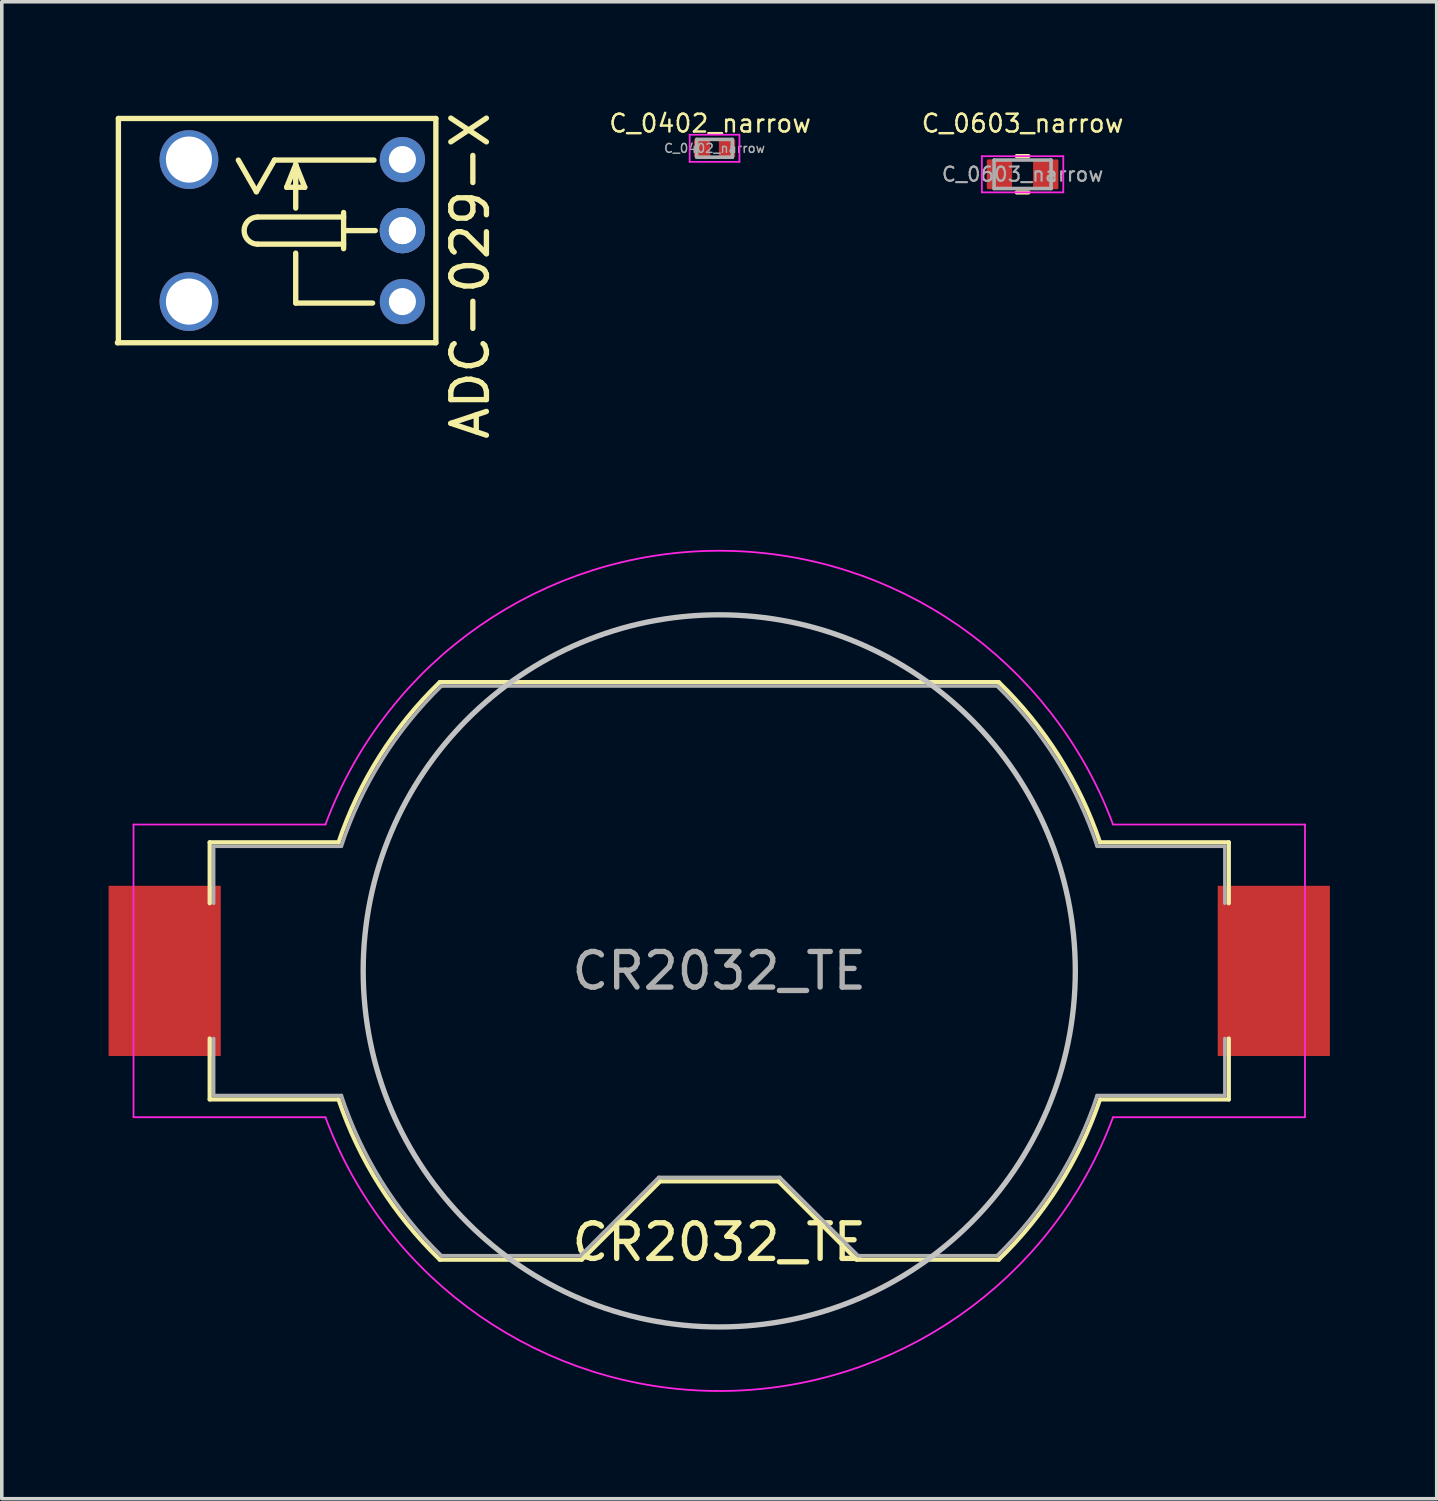
<source format=kicad_pcb>
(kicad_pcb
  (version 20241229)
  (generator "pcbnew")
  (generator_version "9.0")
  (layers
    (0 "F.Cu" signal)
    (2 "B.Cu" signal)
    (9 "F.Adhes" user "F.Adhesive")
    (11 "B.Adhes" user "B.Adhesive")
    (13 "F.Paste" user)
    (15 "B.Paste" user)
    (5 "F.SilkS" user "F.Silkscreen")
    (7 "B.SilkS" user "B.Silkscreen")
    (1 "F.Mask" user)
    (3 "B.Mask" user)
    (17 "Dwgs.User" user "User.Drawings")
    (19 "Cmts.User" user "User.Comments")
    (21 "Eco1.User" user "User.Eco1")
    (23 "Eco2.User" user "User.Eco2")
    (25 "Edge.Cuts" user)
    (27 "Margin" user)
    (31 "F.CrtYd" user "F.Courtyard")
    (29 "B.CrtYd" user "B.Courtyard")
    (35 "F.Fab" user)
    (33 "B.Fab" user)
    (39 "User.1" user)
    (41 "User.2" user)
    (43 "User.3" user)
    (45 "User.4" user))
  (footprint "ADC-029-X"
    (layer "F.Cu")
    (at 0.25 6.576)
    (property "Reference" "ADC-029-X" (at 9.906 -1.88 90) (layer "F.SilkS") (effects (font (size 1 1) (thickness 0.15))))
    (attr through_hole)
    (fp_line (start 0 0) (end 8.941 0) (stroke (width 0.15) (type solid)) (layer "F.SilkS"))
    (fp_line (start 0.025 -6.299) (end 0.025 -0.025) (stroke (width 0.15) (type solid)) (layer "F.SilkS"))
    (fp_line (start 0.025 -0.025) (end 0 0) (stroke (width 0.15) (type solid)) (layer "F.SilkS"))
    (fp_line (start 3.901 -4.241) (end 3.393 -5.13) (stroke (width 0.15) (type solid)) (layer "F.SilkS"))
    (fp_line (start 3.937 -3.531) (end 6.35 -3.531) (stroke (width 0.15) (type solid)) (layer "F.SilkS"))
    (fp_line (start 4.409 -5.13) (end 3.901 -4.241) (stroke (width 0.15) (type solid)) (layer "F.SilkS"))
    (fp_line (start 5.005 -5.001) (end 4.751 -4.366) (stroke (width 0.15) (type solid)) (layer "F.SilkS"))
    (fp_line (start 5.005 -5.001) (end 5.259 -4.366) (stroke (width 0.15) (type solid)) (layer "F.SilkS"))
    (fp_line (start 5.005 -3.782) (end 5.005 -5.001) (stroke (width 0.15) (type solid)) (layer "F.SilkS"))
    (fp_line (start 5.005 -1.115) (end 5.005 -2.517) (stroke (width 0.15) (type solid)) (layer "F.SilkS"))
    (fp_line (start 5.259 -4.366) (end 4.751 -4.366) (stroke (width 0.15) (type solid)) (layer "F.SilkS"))
    (fp_line (start 6.35 -3.658) (end 6.35 -2.642) (stroke (width 0.15) (type solid)) (layer "F.SilkS"))
    (fp_line (start 6.35 -2.769) (end 3.937 -2.769) (stroke (width 0.15) (type solid)) (layer "F.SilkS"))
    (fp_line (start 7.164 -1.115) (end 5.005 -1.115) (stroke (width 0.15) (type solid)) (layer "F.SilkS"))
    (fp_line (start 7.203 -5.13) (end 4.409 -5.13) (stroke (width 0.15) (type solid)) (layer "F.SilkS"))
    (fp_line (start 7.239 -3.15) (end 6.35 -3.15) (stroke (width 0.15) (type solid)) (layer "F.SilkS"))
    (fp_line (start 8.941 -6.299) (end 0.025 -6.299) (stroke (width 0.15) (type solid)) (layer "F.SilkS"))
    (fp_line (start 8.941 0) (end 8.941 -6.299) (stroke (width 0.15) (type solid)) (layer "F.SilkS"))
    (fp_arc (start 3.937 -2.7686) (mid 3.556 -3.1496) (end 3.937 -3.5306) (stroke (width 0.15) (type solid)) (layer "F.SilkS"))
    (pad "1" thru_hole circle (at 8.001 -3.15) (size 1.27 1.27) (drill 0.762) (layers "*.Cu" "*.Mask"))
    (pad "1" thru_hole circle (at 8.001 -3.15) (size 1.27 1.27) (drill 0.762) (layers "*.Cu" "*.Mask"))
    (pad "2" thru_hole circle (at 8.001 -5.144) (size 1.27 1.27) (drill 0.762) (layers "*.Cu" "*.Mask"))
    (pad "3" thru_hole circle (at 8.001 -1.156) (size 1.27 1.27) (drill 0.762) (layers "*.Cu" "*.Mask"))
    (pad "~" thru_hole circle (at 2.007 -5.144) (size 1.651 1.651) (drill 1.295) (layers "*.Cu" "*.Mask"))
    (pad "~" thru_hole circle (at 2.007 -1.156) (size 1.651 1.651) (drill 1.295) (layers "*.Cu" "*.Mask")))
  (footprint "CR2032_TE"
    (layer "F.Cu")
    (at 17.15 24.217)
    (property "Reference" "CR2032_TE" (at 0 7.62 0) (layer "F.SilkS") (effects (font (size 1 1) (thickness 0.15))))
    (attr smd)
    (fp_line (start -14.31 -3.61) (end -10.692 -3.61) (stroke (width 0.12) (type solid)) (layer "F.SilkS"))
    (fp_line (start -14.31 -1.9) (end -14.31 -3.61) (stroke (width 0.12) (type solid)) (layer "F.SilkS"))
    (fp_line (start -14.31 1.9) (end -14.31 3.61) (stroke (width 0.12) (type solid)) (layer "F.SilkS"))
    (fp_line (start -10.692 3.61) (end -14.31 3.61) (stroke (width 0.12) (type solid)) (layer "F.SilkS"))
    (fp_line (start -7.847 -8.11) (end 7.847 -8.11) (stroke (width 0.12) (type solid)) (layer "F.SilkS"))
    (fp_line (start -3.86 8.11) (end -7.847 8.11) (stroke (width 0.12) (type solid)) (layer "F.SilkS"))
    (fp_line (start -1.66 5.91) (end -3.86 8.11) (stroke (width 0.12) (type solid)) (layer "F.SilkS"))
    (fp_line (start 1.66 5.91) (end -1.66 5.91) (stroke (width 0.12) (type solid)) (layer "F.SilkS"))
    (fp_line (start 1.66 5.91) (end 3.86 8.11) (stroke (width 0.12) (type solid)) (layer "F.SilkS"))
    (fp_line (start 7.847 8.11) (end 3.86 8.11) (stroke (width 0.12) (type solid)) (layer "F.SilkS"))
    (fp_line (start 10.692 -3.61) (end 14.31 -3.61) (stroke (width 0.12) (type solid)) (layer "F.SilkS"))
    (fp_line (start 14.31 -1.9) (end 14.31 -3.61) (stroke (width 0.12) (type solid)) (layer "F.SilkS"))
    (fp_line (start 14.31 1.9) (end 14.31 3.61) (stroke (width 0.12) (type solid)) (layer "F.SilkS"))
    (fp_line (start 14.31 3.61) (end 10.692 3.61) (stroke (width 0.12) (type solid)) (layer "F.SilkS"))
    (fp_arc (start -10.692 -3.61) (mid -9.538084 -6.031244) (end -7.845371 -8.111789) (stroke (width 0.12) (type solid)) (layer "F.SilkS"))
    (fp_arc (start -7.845371 8.111789) (mid -9.538085 6.031244) (end -10.692 3.61) (stroke (width 0.12) (type solid)) (layer "F.SilkS"))
    (fp_arc (start 7.845371 -8.111789) (mid 9.538085 -6.031244) (end 10.692 -3.61) (stroke (width 0.12) (type solid)) (layer "F.SilkS"))
    (fp_arc (start 10.692 3.61) (mid 9.538084 6.031244) (end 7.845371 8.111789) (stroke (width 0.12) (type solid)) (layer "F.SilkS"))
    (fp_circle (center 0 0) (end 10 0) (stroke (width 0.15) (type solid)) (fill no) (layer "Dwgs.User"))
    (fp_line (start -16.45 -4.11) (end -16.45 4.11) (stroke (width 0.05) (type solid)) (layer "F.CrtYd"))
    (fp_line (start -16.45 -4.11) (end -11.06 -4.11) (stroke (width 0.05) (type solid)) (layer "F.CrtYd"))
    (fp_line (start -16.45 4.11) (end -11.06 4.11) (stroke (width 0.05) (type solid)) (layer "F.CrtYd"))
    (fp_line (start 11.06 4.11) (end 16.45 4.11) (stroke (width 0.05) (type solid)) (layer "F.CrtYd"))
    (fp_line (start 16.45 -4.11) (end 11.06 -4.11) (stroke (width 0.05) (type solid)) (layer "F.CrtYd"))
    (fp_line (start 16.45 4.11) (end 16.45 -4.11) (stroke (width 0.05) (type solid)) (layer "F.CrtYd"))
    (fp_arc (start -11.06 -4.11) (mid -0.002978 -11.79897) (end 11.057924 -4.115582) (stroke (width 0.05) (type solid)) (layer "F.CrtYd"))
    (fp_arc (start 11.06 4.11) (mid 0.002978 11.79897) (end -11.057924 4.115582) (stroke (width 0.05) (type solid)) (layer "F.CrtYd"))
    (fp_line (start -14.2 -3.5) (end -14.2 -1.9) (stroke (width 0.1) (type solid)) (layer "F.Fab"))
    (fp_line (start -14.2 -3.5) (end -10.613 -3.5) (stroke (width 0.1) (type solid)) (layer "F.Fab"))
    (fp_line (start -14.2 1.9) (end -14.2 3.5) (stroke (width 0.1) (type solid)) (layer "F.Fab"))
    (fp_line (start -14.2 3.5) (end -10.613 3.5) (stroke (width 0.1) (type solid)) (layer "F.Fab"))
    (fp_line (start -7.803 -8) (end 7.803 -8) (stroke (width 0.1) (type solid)) (layer "F.Fab"))
    (fp_line (start -3.9 8) (end -7.803 8) (stroke (width 0.1) (type solid)) (layer "F.Fab"))
    (fp_line (start -1.7 5.8) (end -3.9 8) (stroke (width 0.1) (type solid)) (layer "F.Fab"))
    (fp_line (start -1.7 5.8) (end 1.7 5.8) (stroke (width 0.1) (type solid)) (layer "F.Fab"))
    (fp_line (start 1.7 5.8) (end 3.9 8) (stroke (width 0.1) (type solid)) (layer "F.Fab"))
    (fp_line (start 3.9 8) (end 7.803 8) (stroke (width 0.1) (type solid)) (layer "F.Fab"))
    (fp_line (start 10.613 -3.5) (end 14.2 -3.5) (stroke (width 0.1) (type solid)) (layer "F.Fab"))
    (fp_line (start 14.2 -3.5) (end 14.2 -1.9) (stroke (width 0.1) (type solid)) (layer "F.Fab"))
    (fp_line (start 14.2 1.9) (end 14.2 3.5) (stroke (width 0.1) (type solid)) (layer "F.Fab"))
    (fp_line (start 14.2 3.5) (end 10.613 3.5) (stroke (width 0.1) (type solid)) (layer "F.Fab"))
    (fp_arc (start -10.61275 -3.5) (mid -9.478596 -5.919179) (end -7.802602 -7.999992) (stroke (width 0.1) (type solid)) (layer "F.Fab"))
    (fp_arc (start -7.802602 7.999992) (mid -9.478596 5.91918) (end -10.61275 3.5) (stroke (width 0.1) (type solid)) (layer "F.Fab"))
    (fp_arc (start 7.802602 -7.999992) (mid 9.478596 -5.91918) (end 10.61275 -3.5) (stroke (width 0.1) (type solid)) (layer "F.Fab"))
    (fp_arc (start 10.61275 3.5) (mid 9.478596 5.919179) (end 7.802602 7.999992) (stroke (width 0.1) (type solid)) (layer "F.Fab"))
    (fp_text user "${REFERENCE}" (at 0 0 0) (layer "F.Fab") (effects (font (size 1 1) (thickness 0.15))))
    (pad "1" smd rect (at -15.575 0) (size 3.15 4.78) (layers "F.Cu" "F.Mask" "F.Paste"))
    (pad "2" smd rect (at 15.575 0) (size 3.15 4.78) (layers "F.Cu" "F.Mask" "F.Paste")))
  (footprint "C_0603_narrow"
    (layer "F.Cu")
    (at 25.669 1.845)
    (property "Reference" "C_0603_narrow" (at 0 -1.43 0) (layer "F.SilkS") (effects (font (size 0.5 0.5) (thickness 0.07))))
    (attr smd)
    (fp_line (start -0.163 -0.51) (end 0.163 -0.51) (stroke (width 0.12) (type solid)) (layer "F.SilkS"))
    (fp_line (start -0.163 0.51) (end 0.163 0.51) (stroke (width 0.12) (type solid)) (layer "F.SilkS"))
    (fp_line (start -1.143 -0.508) (end 1.143 -0.508) (stroke (width 0.05) (type solid)) (layer "F.CrtYd"))
    (fp_line (start -1.143 0.508) (end -1.143 -0.508) (stroke (width 0.05) (type solid)) (layer "F.CrtYd"))
    (fp_line (start 1.143 -0.508) (end 1.143 0.508) (stroke (width 0.05) (type solid)) (layer "F.CrtYd"))
    (fp_line (start 1.143 0.508) (end -1.143 0.508) (stroke (width 0.05) (type solid)) (layer "F.CrtYd"))
    (fp_line (start -0.8 -0.4) (end 0.8 -0.4) (stroke (width 0.1) (type solid)) (layer "F.Fab"))
    (fp_line (start -0.8 0.4) (end -0.8 -0.4) (stroke (width 0.1) (type solid)) (layer "F.Fab"))
    (fp_line (start 0.8 -0.4) (end 0.8 0.4) (stroke (width 0.1) (type solid)) (layer "F.Fab"))
    (fp_line (start 0.8 0.4) (end -0.8 0.4) (stroke (width 0.1) (type solid)) (layer "F.Fab"))
    (fp_text user "${REFERENCE}" (at 0 0 0) (layer "F.Fab") (effects (font (size 0.4 0.4) (thickness 0.06))))
    (pad "1" smd roundrect (at -0.65 0) (size 0.711 0.838) (layers "F.Cu" "F.Mask" "F.Paste") (roundrect_rratio 0.05))
    (pad "2" smd roundrect (at 0.65 0) (size 0.711 0.838) (layers "F.Cu" "F.Mask" "F.Paste") (roundrect_rratio 0.05)))
  (footprint "C_0402_narrow"
    (layer "F.Cu")
    (at 17.018 1.115)
    (property "Reference" "C_0402_narrow" (at -0.125 -0.7 0) (layer "F.SilkS") (effects (font (size 0.5 0.5) (thickness 0.07))))
    (attr smd)
    (fp_line (start -0.699 -0.381) (end 0.699 -0.381) (stroke (width 0.05) (type solid)) (layer "F.CrtYd"))
    (fp_line (start -0.699 0.381) (end -0.699 -0.381) (stroke (width 0.05) (type solid)) (layer "F.CrtYd"))
    (fp_line (start 0.699 -0.381) (end 0.699 0.381) (stroke (width 0.05) (type solid)) (layer "F.CrtYd"))
    (fp_line (start 0.699 0.381) (end -0.699 0.381) (stroke (width 0.05) (type solid)) (layer "F.CrtYd"))
    (fp_line (start -0.5 -0.25) (end 0.5 -0.25) (stroke (width 0.1) (type solid)) (layer "F.Fab"))
    (fp_line (start -0.5 0.25) (end -0.5 -0.25) (stroke (width 0.1) (type solid)) (layer "F.Fab"))
    (fp_line (start 0.5 -0.25) (end 0.5 0.25) (stroke (width 0.1) (type solid)) (layer "F.Fab"))
    (fp_line (start 0.5 0.25) (end -0.5 0.25) (stroke (width 0.1) (type solid)) (layer "F.Fab"))
    (fp_text user "${REFERENCE}" (at 0 0 0) (layer "F.Fab") (effects (font (size 0.25 0.25) (thickness 0.04))))
    (pad "1" smd roundrect (at -0.35 0) (size 0.457 0.5) (layers "F.Cu" "F.Mask" "F.Paste") (roundrect_rratio 0.05))
    (pad "2" smd roundrect (at 0.35 0) (size 0.457 0.5) (layers "F.Cu" "F.Mask" "F.Paste") (roundrect_rratio 0.05)))
  (gr_rect
    (start -3 -3)
    (end 37.3 39.041)
    (stroke (width 0.1) (type default))
    (fill no)
    (layer "Edge.Cuts")))
</source>
